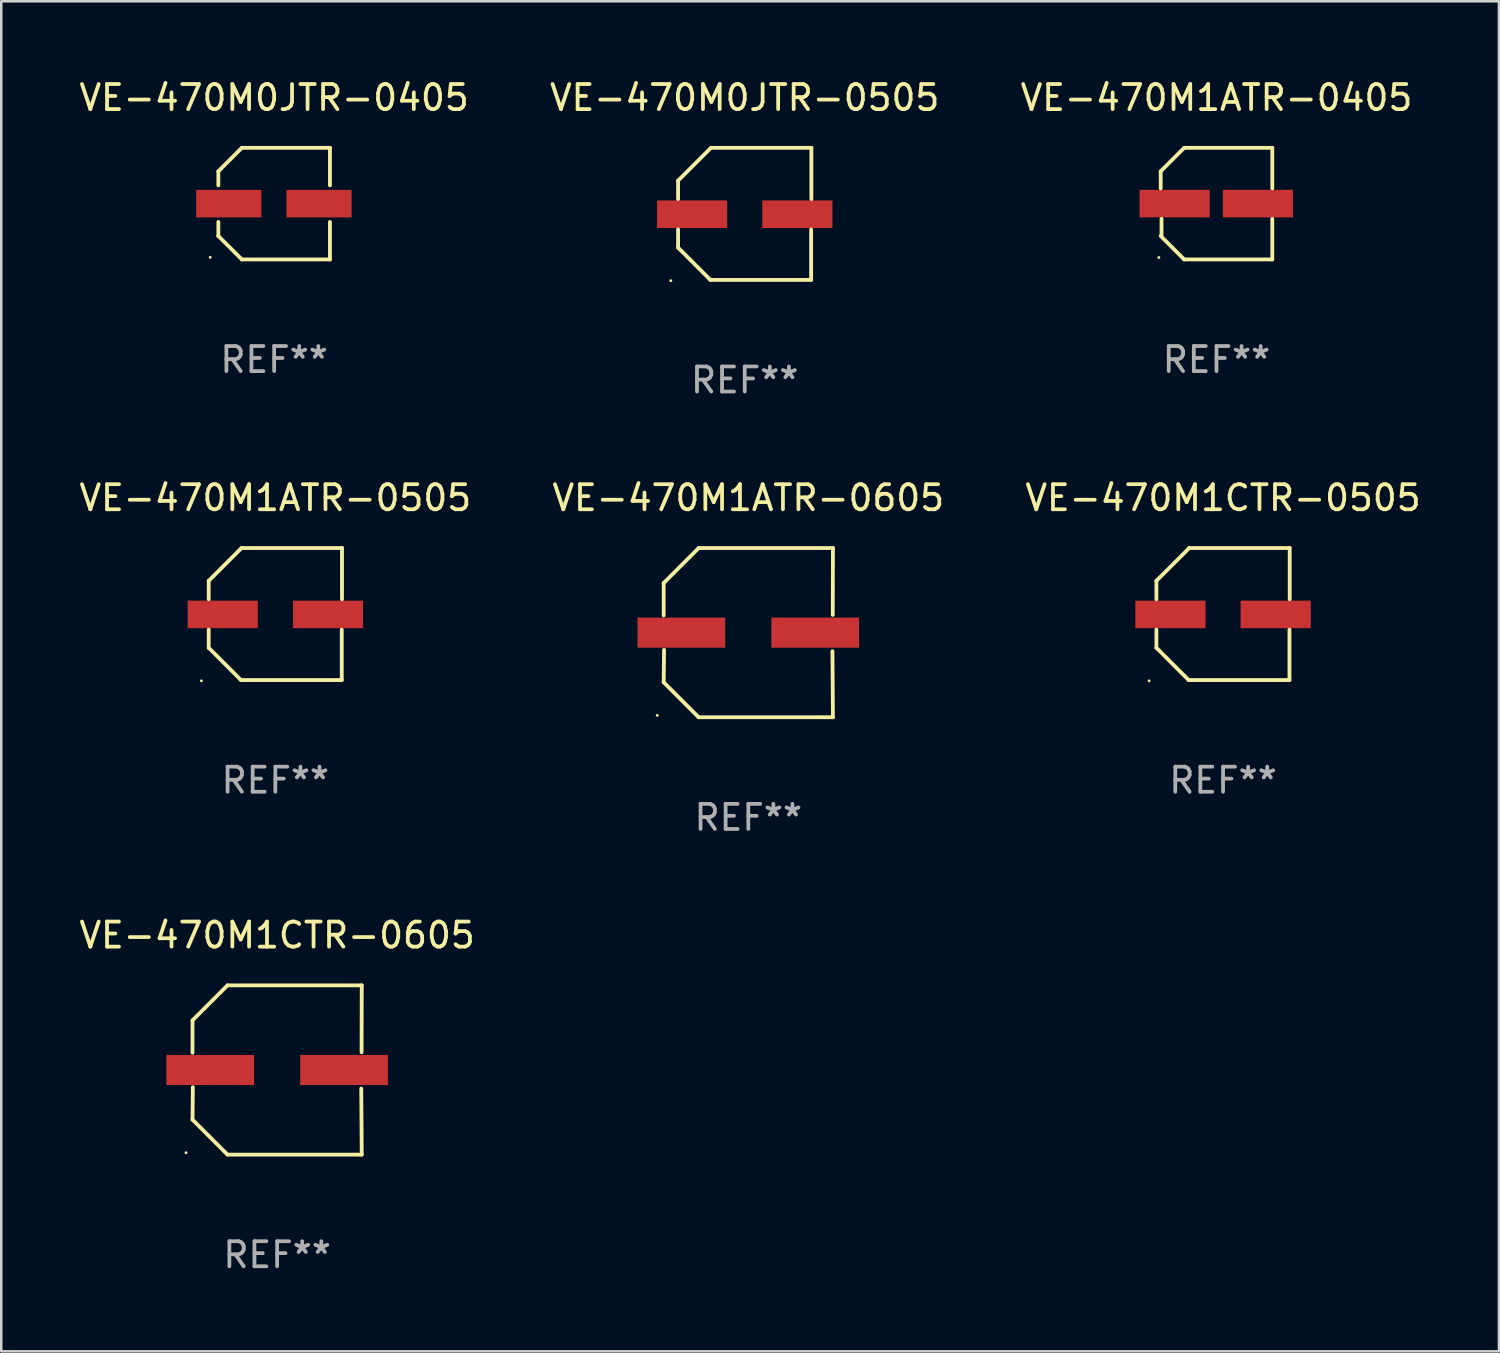
<source format=kicad_pcb>
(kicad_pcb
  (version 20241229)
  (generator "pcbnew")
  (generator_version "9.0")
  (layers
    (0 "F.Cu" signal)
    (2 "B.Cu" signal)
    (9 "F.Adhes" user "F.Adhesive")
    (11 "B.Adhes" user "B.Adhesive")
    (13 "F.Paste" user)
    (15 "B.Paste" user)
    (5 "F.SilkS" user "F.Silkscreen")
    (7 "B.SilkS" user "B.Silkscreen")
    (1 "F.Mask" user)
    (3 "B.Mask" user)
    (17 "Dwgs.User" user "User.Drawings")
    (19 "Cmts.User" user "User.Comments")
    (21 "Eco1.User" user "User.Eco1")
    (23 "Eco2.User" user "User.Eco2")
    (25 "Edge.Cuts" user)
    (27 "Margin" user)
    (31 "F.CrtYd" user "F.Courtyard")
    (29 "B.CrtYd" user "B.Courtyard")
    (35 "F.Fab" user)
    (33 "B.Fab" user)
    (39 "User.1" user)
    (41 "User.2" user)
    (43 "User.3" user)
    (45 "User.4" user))
  (footprint "VE-470M0JTR-0405"
    (layer "F.Cu")
    (at 7.887 5.074)
    (property "Reference" "VE-470M0JTR-0405" (at 0 -4.226 0) (layer "F.SilkS") (effects (font (size 1 1) (thickness 0.15))))
    (attr through_hole)
    (fp_line (start -2.226 -1.289) (end -2.226 -0.73) (stroke (width 0.152) (type solid)) (layer "F.SilkS"))
    (fp_line (start -2.226 0.731) (end -2.226 1.291) (stroke (width 0.152) (type solid)) (layer "F.SilkS"))
    (fp_line (start -2.226 1.291) (end -2.226 1.291) (stroke (width 0.152) (type solid)) (layer "F.SilkS"))
    (fp_line (start -1.29 -2.226) (end -2.226 -1.289) (stroke (width 0.152) (type solid)) (layer "F.SilkS"))
    (fp_line (start -1.289 2.226) (end -2.226 1.291) (stroke (width 0.152) (type solid)) (layer "F.SilkS"))
    (fp_line (start 2.226 -2.226) (end -1.29 -2.226) (stroke (width 0.152) (type solid)) (layer "F.SilkS"))
    (fp_line (start 2.226 -0.73) (end 2.226 -2.226) (stroke (width 0.152) (type solid)) (layer "F.SilkS"))
    (fp_line (start 2.226 2.226) (end -1.289 2.226) (stroke (width 0.152) (type solid)) (layer "F.SilkS"))
    (fp_line (start 2.226 2.226) (end 2.226 0.731) (stroke (width 0.152) (type solid)) (layer "F.SilkS"))
    (fp_circle (center -2.551 2.142) (end -2.521 2.142) (stroke (width 0.06) (type solid)) (fill no) (layer "F.SilkS"))
    (fp_text user "REF**" (at 0 6.226 0) (layer "F.Fab") (effects (font (size 1 1) (thickness 0.15))))
    (pad "1" smd rect (at -1.81 0.001) (size 2.6 1.1) (layers "F.Cu" "F.Mask" "F.Paste"))
    (pad "2" smd rect (at 1.79 0.001) (size 2.6 1.1) (layers "F.Cu" "F.Mask" "F.Paste")))
  (footprint "VE-470M0JTR-0505"
    (layer "F.Cu")
    (at 26.661 5.482)
    (property "Reference" "VE-470M0JTR-0505" (at 0 -4.634 0) (layer "F.SilkS") (effects (font (size 1 1) (thickness 0.15))))
    (attr through_hole)
    (fp_line (start -2.659 -1.326) (end -2.659 -0.592) (stroke (width 0.152) (type solid)) (layer "F.SilkS"))
    (fp_line (start -2.659 1.346) (end -2.659 0.622) (stroke (width 0.152) (type solid)) (layer "F.SilkS"))
    (fp_line (start -1.372 2.634) (end -2.659 1.346) (stroke (width 0.152) (type solid)) (layer "F.SilkS"))
    (fp_line (start -1.349 -2.634) (end -2.659 -1.326) (stroke (width 0.152) (type solid)) (layer "F.SilkS"))
    (fp_line (start 2.649 0.622) (end 2.649 2.634) (stroke (width 0.152) (type solid)) (layer "F.SilkS"))
    (fp_line (start 2.649 2.634) (end -1.372 2.634) (stroke (width 0.152) (type solid)) (layer "F.SilkS"))
    (fp_line (start 2.659 -2.634) (end -1.349 -2.634) (stroke (width 0.152) (type solid)) (layer "F.SilkS"))
    (fp_line (start 2.659 -0.592) (end 2.659 -2.634) (stroke (width 0.152) (type solid)) (layer "F.SilkS"))
    (fp_circle (center -2.95 2.665) (end -2.92 2.665) (stroke (width 0.06) (type solid)) (fill no) (layer "F.SilkS"))
    (fp_text user "REF**" (at 0 6.634 0) (layer "F.Fab") (effects (font (size 1 1) (thickness 0.15))))
    (pad "1" smd rect (at -2.1 0.015) (size 2.8 1.1) (layers "F.Cu" "F.Mask" "F.Paste"))
    (pad "2" smd rect (at 2.1 0.015) (size 2.8 1.1) (layers "F.Cu" "F.Mask" "F.Paste")))
  (footprint "VE-470M1ATR-0605"
    (layer "F.Cu")
    (at 26.804 22.189)
    (property "Reference" "VE-470M1ATR-0605" (at 0 -5.376 0) (layer "F.SilkS") (effects (font (size 1 1) (thickness 0.15))))
    (attr through_hole)
    (fp_line (start -3.376 -1.98) (end -3.376 -0.686) (stroke (width 0.152) (type solid)) (layer "F.SilkS"))
    (fp_line (start -3.376 1.981) (end -3.362 0.686) (stroke (width 0.152) (type solid)) (layer "F.SilkS"))
    (fp_line (start -1.981 3.376) (end -3.376 1.981) (stroke (width 0.152) (type solid)) (layer "F.SilkS"))
    (fp_line (start -1.98 -3.376) (end -3.376 -1.98) (stroke (width 0.152) (type solid)) (layer "F.SilkS"))
    (fp_line (start 3.356 0.74) (end 3.376 3.376) (stroke (width 0.152) (type solid)) (layer "F.SilkS"))
    (fp_line (start 3.369 -0.707) (end 3.376 -3.376) (stroke (width 0.152) (type solid)) (layer "F.SilkS"))
    (fp_line (start 3.376 3.376) (end -1.981 3.376) (stroke (width 0.152) (type solid)) (layer "F.SilkS"))
    (fp_line (start 3.376 -3.376) (end -1.98 -3.376) (stroke (width 0.152) (type solid)) (layer "F.SilkS"))
    (fp_circle (center -3.634 3.3) (end -3.604 3.3) (stroke (width 0.06) (type solid)) (fill no) (layer "F.SilkS"))
    (fp_text user "REF**" (at 0 7.376 0) (layer "F.Fab") (effects (font (size 1 1) (thickness 0.15))))
    (pad "1" smd rect (at -2.67 0.000254) (size 3.5 1.2) (layers "F.Cu" "F.Mask" "F.Paste"))
    (pad "2" smd rect (at 2.67 0.000254) (size 3.5 1.2) (layers "F.Cu" "F.Mask" "F.Paste")))
  (footprint "VE-470M1ATR-0505"
    (layer "F.Cu")
    (at 7.935 21.447)
    (property "Reference" "VE-470M1ATR-0505" (at 0 -4.634 0) (layer "F.SilkS") (effects (font (size 1 1) (thickness 0.15))))
    (attr through_hole)
    (fp_line (start -2.659 -1.326) (end -2.659 -0.592) (stroke (width 0.152) (type solid)) (layer "F.SilkS"))
    (fp_line (start -2.659 1.346) (end -2.659 0.622) (stroke (width 0.152) (type solid)) (layer "F.SilkS"))
    (fp_line (start -1.372 2.634) (end -2.659 1.346) (stroke (width 0.152) (type solid)) (layer "F.SilkS"))
    (fp_line (start -1.349 -2.634) (end -2.659 -1.326) (stroke (width 0.152) (type solid)) (layer "F.SilkS"))
    (fp_line (start 2.649 0.622) (end 2.649 2.634) (stroke (width 0.152) (type solid)) (layer "F.SilkS"))
    (fp_line (start 2.649 2.634) (end -1.372 2.634) (stroke (width 0.152) (type solid)) (layer "F.SilkS"))
    (fp_line (start 2.659 -2.634) (end -1.349 -2.634) (stroke (width 0.152) (type solid)) (layer "F.SilkS"))
    (fp_line (start 2.659 -0.592) (end 2.659 -2.634) (stroke (width 0.152) (type solid)) (layer "F.SilkS"))
    (fp_circle (center -2.95 2.665) (end -2.92 2.665) (stroke (width 0.06) (type solid)) (fill no) (layer "F.SilkS"))
    (fp_text user "REF**" (at 0 6.634 0) (layer "F.Fab") (effects (font (size 1 1) (thickness 0.15))))
    (pad "1" smd rect (at -2.1 0.015) (size 2.8 1.1) (layers "F.Cu" "F.Mask" "F.Paste"))
    (pad "2" smd rect (at 2.1 0.015) (size 2.8 1.1) (layers "F.Cu" "F.Mask" "F.Paste")))
  (footprint "VE-470M1CTR-0605"
    (layer "F.Cu")
    (at 8.006 39.637)
    (property "Reference" "VE-470M1CTR-0605" (at 0 -5.376 0) (layer "F.SilkS") (effects (font (size 1 1) (thickness 0.15))))
    (attr through_hole)
    (fp_line (start -3.376 -1.98) (end -3.376 -0.686) (stroke (width 0.152) (type solid)) (layer "F.SilkS"))
    (fp_line (start -3.376 1.981) (end -3.362 0.686) (stroke (width 0.152) (type solid)) (layer "F.SilkS"))
    (fp_line (start -1.981 3.376) (end -3.376 1.981) (stroke (width 0.152) (type solid)) (layer "F.SilkS"))
    (fp_line (start -1.98 -3.376) (end -3.376 -1.98) (stroke (width 0.152) (type solid)) (layer "F.SilkS"))
    (fp_line (start 3.356 0.74) (end 3.376 3.376) (stroke (width 0.152) (type solid)) (layer "F.SilkS"))
    (fp_line (start 3.369 -0.707) (end 3.376 -3.376) (stroke (width 0.152) (type solid)) (layer "F.SilkS"))
    (fp_line (start 3.376 3.376) (end -1.981 3.376) (stroke (width 0.152) (type solid)) (layer "F.SilkS"))
    (fp_line (start 3.376 -3.376) (end -1.98 -3.376) (stroke (width 0.152) (type solid)) (layer "F.SilkS"))
    (fp_circle (center -3.634 3.3) (end -3.604 3.3) (stroke (width 0.06) (type solid)) (fill no) (layer "F.SilkS"))
    (fp_text user "REF**" (at 0 7.376 0) (layer "F.Fab") (effects (font (size 1 1) (thickness 0.15))))
    (pad "1" smd rect (at -2.67 0.000254) (size 3.5 1.2) (layers "F.Cu" "F.Mask" "F.Paste"))
    (pad "2" smd rect (at 2.67 0.000254) (size 3.5 1.2) (layers "F.Cu" "F.Mask" "F.Paste")))
  (footprint "VE-470M1ATR-0405"
    (layer "F.Cu")
    (at 45.482 5.074)
    (property "Reference" "VE-470M1ATR-0405" (at 0 -4.226 0) (layer "F.SilkS") (effects (font (size 1 1) (thickness 0.15))))
    (attr through_hole)
    (fp_line (start -2.226 -1.29) (end -2.226 -0.607) (stroke (width 0.152) (type solid)) (layer "F.SilkS"))
    (fp_line (start -2.193 1.29) (end -2.193 0.607) (stroke (width 0.152) (type solid)) (layer "F.SilkS"))
    (fp_line (start -1.29 2.226) (end -2.226 1.29) (stroke (width 0.152) (type solid)) (layer "F.SilkS"))
    (fp_line (start -1.29 -2.226) (end -2.226 -1.29) (stroke (width 0.152) (type solid)) (layer "F.SilkS"))
    (fp_line (start 2.226 -2.226) (end -1.29 -2.226) (stroke (width 0.152) (type solid)) (layer "F.SilkS"))
    (fp_line (start 2.226 -0.607) (end 2.226 -2.226) (stroke (width 0.152) (type solid)) (layer "F.SilkS"))
    (fp_line (start 2.226 0.607) (end 2.226 2.226) (stroke (width 0.152) (type solid)) (layer "F.SilkS"))
    (fp_line (start 2.226 2.226) (end -1.29 2.226) (stroke (width 0.152) (type solid)) (layer "F.SilkS"))
    (fp_circle (center -2.3 2.15) (end -2.27 2.15) (stroke (width 0.06) (type solid)) (fill no) (layer "F.SilkS"))
    (fp_text user "REF**" (at 0 6.226 0) (layer "F.Fab") (effects (font (size 1 1) (thickness 0.15))))
    (pad "1" smd rect (at -1.67 -0.000025) (size 2.8 1.1) (layers "F.Cu" "F.Mask" "F.Paste"))
    (pad "2" smd rect (at 1.651 -0.000025) (size 2.8 1.1) (layers "F.Cu" "F.Mask" "F.Paste")))
  (footprint "VE-470M1CTR-0505"
    (layer "F.Cu")
    (at 45.744 21.447)
    (property "Reference" "VE-470M1CTR-0505" (at 0 -4.634 0) (layer "F.SilkS") (effects (font (size 1 1) (thickness 0.15))))
    (attr through_hole)
    (fp_line (start -2.659 -1.326) (end -2.659 -0.592) (stroke (width 0.152) (type solid)) (layer "F.SilkS"))
    (fp_line (start -2.659 1.346) (end -2.659 0.622) (stroke (width 0.152) (type solid)) (layer "F.SilkS"))
    (fp_line (start -1.372 2.634) (end -2.659 1.346) (stroke (width 0.152) (type solid)) (layer "F.SilkS"))
    (fp_line (start -1.349 -2.634) (end -2.659 -1.326) (stroke (width 0.152) (type solid)) (layer "F.SilkS"))
    (fp_line (start 2.649 0.622) (end 2.649 2.634) (stroke (width 0.152) (type solid)) (layer "F.SilkS"))
    (fp_line (start 2.649 2.634) (end -1.372 2.634) (stroke (width 0.152) (type solid)) (layer "F.SilkS"))
    (fp_line (start 2.659 -2.634) (end -1.349 -2.634) (stroke (width 0.152) (type solid)) (layer "F.SilkS"))
    (fp_line (start 2.659 -0.592) (end 2.659 -2.634) (stroke (width 0.152) (type solid)) (layer "F.SilkS"))
    (fp_circle (center -2.95 2.665) (end -2.92 2.665) (stroke (width 0.06) (type solid)) (fill no) (layer "F.SilkS"))
    (fp_text user "REF**" (at 0 6.634 0) (layer "F.Fab") (effects (font (size 1 1) (thickness 0.15))))
    (pad "1" smd rect (at -2.1 0.015) (size 2.8 1.1) (layers "F.Cu" "F.Mask" "F.Paste"))
    (pad "2" smd rect (at 2.1 0.015) (size 2.8 1.1) (layers "F.Cu" "F.Mask" "F.Paste")))
  (gr_rect
    (start -3 -3)
    (end 56.75 50.861)
    (stroke (width 0.1) (type default))
    (fill no)
    (layer "Edge.Cuts")))
</source>
